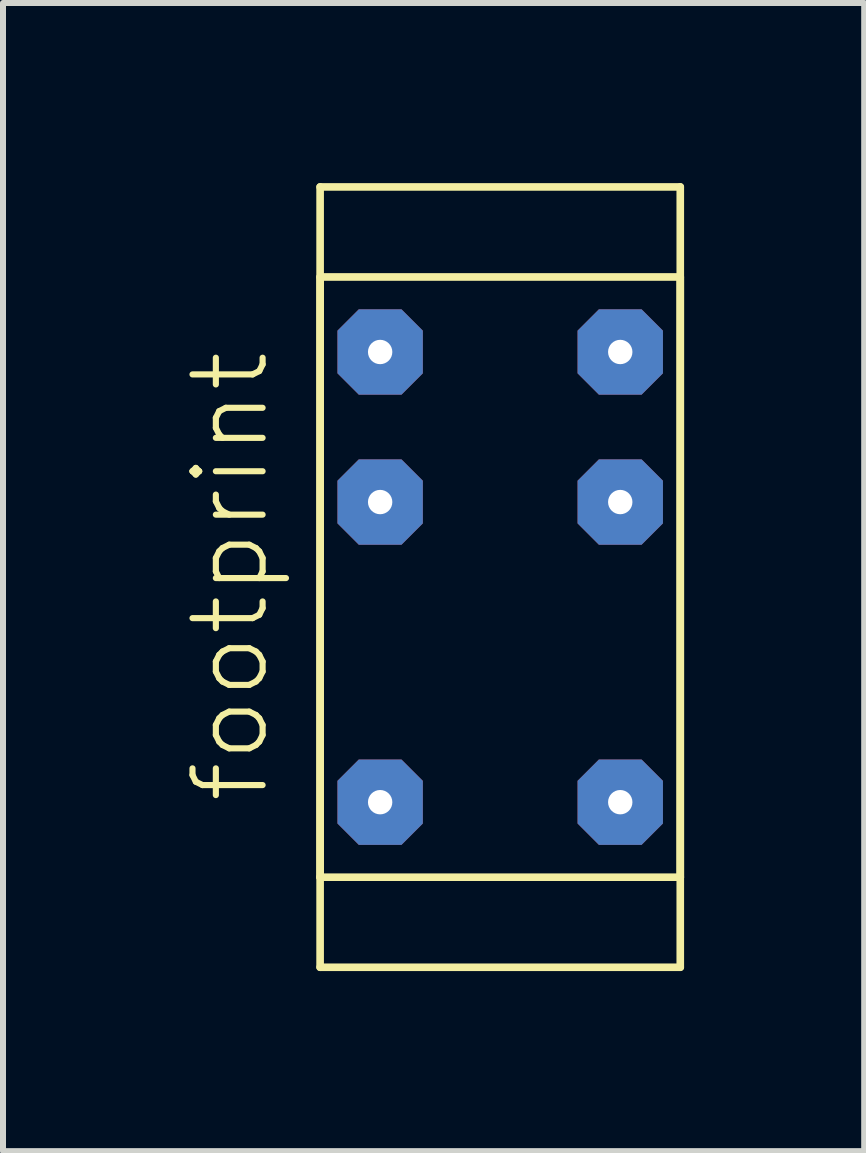
<source format=kicad_pcb>
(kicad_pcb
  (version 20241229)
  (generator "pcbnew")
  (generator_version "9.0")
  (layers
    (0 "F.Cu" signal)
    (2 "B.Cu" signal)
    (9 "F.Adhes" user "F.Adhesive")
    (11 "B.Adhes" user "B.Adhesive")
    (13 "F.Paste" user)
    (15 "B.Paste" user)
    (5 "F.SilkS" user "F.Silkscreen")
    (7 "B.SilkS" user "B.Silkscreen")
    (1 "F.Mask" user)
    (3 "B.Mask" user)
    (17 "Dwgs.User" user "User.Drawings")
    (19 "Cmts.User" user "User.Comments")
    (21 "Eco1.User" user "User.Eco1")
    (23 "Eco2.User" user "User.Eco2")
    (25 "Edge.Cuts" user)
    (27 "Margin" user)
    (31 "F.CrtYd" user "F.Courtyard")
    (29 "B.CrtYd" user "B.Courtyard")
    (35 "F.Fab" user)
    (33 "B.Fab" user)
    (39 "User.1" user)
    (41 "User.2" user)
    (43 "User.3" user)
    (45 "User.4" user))
  (footprint "footprint"
    (layer "F.Cu")
    (at 5.283 6.564)
    (property "Reference" "footprint" (at -3.81 3.81 90) (layer "F.SilkS") (effects (font (size 1.168 1.168) (thickness 0.102)) (justify left bottom)))
    (fp_line (start -3 -6.5) (end -3 5) (stroke (width 0.127) (type solid)) (layer "F.SilkS"))
    (fp_line (start -3 -5) (end -3 5) (stroke (width 0.127) (type solid)) (layer "F.SilkS"))
    (fp_line (start -3 5) (end -3 6.5) (stroke (width 0.127) (type solid)) (layer "F.SilkS"))
    (fp_line (start -3 5) (end 3 5) (stroke (width 0.127) (type solid)) (layer "F.SilkS"))
    (fp_line (start -3 6.5) (end 3 6.5) (stroke (width 0.127) (type solid)) (layer "F.SilkS"))
    (fp_line (start 3 -6.5) (end -3 -6.5) (stroke (width 0.127) (type solid)) (layer "F.SilkS"))
    (fp_line (start 3 -5) (end -3 -5) (stroke (width 0.127) (type solid)) (layer "F.SilkS"))
    (fp_line (start 3 5) (end 3 -6.5) (stroke (width 0.127) (type solid)) (layer "F.SilkS"))
    (fp_line (start 3 5) (end 3 -5) (stroke (width 0.127) (type solid)) (layer "F.SilkS"))
    (fp_line (start 3 6.5) (end 3 5) (stroke (width 0.127) (type solid)) (layer "F.SilkS"))
    (pad "1" thru_hole roundrect (at -2 3.75) (size 1.422 1.422) (drill 0.406) (layers "*.Cu" "*.Mask") (roundrect_rratio 0.25) (chamfer_ratio 0.25) (chamfer top_left top_right bottom_left bottom_right))
    (pad "2" thru_hole roundrect (at 2 3.75) (size 1.422 1.422) (drill 0.406) (layers "*.Cu" "*.Mask") (roundrect_rratio 0.25) (chamfer_ratio 0.25) (chamfer top_left top_right bottom_left bottom_right))
    (pad "3" thru_hole roundrect (at -2 -3.75) (size 1.422 1.422) (drill 0.406) (layers "*.Cu" "*.Mask") (roundrect_rratio 0.25) (chamfer_ratio 0.25) (chamfer top_left top_right bottom_left bottom_right))
    (pad "4" thru_hole roundrect (at 2 -3.75) (size 1.422 1.422) (drill 0.406) (layers "*.Cu" "*.Mask") (roundrect_rratio 0.25) (chamfer_ratio 0.25) (chamfer top_left top_right bottom_left bottom_right))
    (pad "5" thru_hole roundrect (at -2 -1.25) (size 1.422 1.422) (drill 0.406) (layers "*.Cu" "*.Mask") (roundrect_rratio 0.25) (chamfer_ratio 0.25) (chamfer top_left top_right bottom_left bottom_right))
    (pad "6" thru_hole roundrect (at 2 -1.25) (size 1.422 1.422) (drill 0.406) (layers "*.Cu" "*.Mask") (roundrect_rratio 0.25) (chamfer_ratio 0.25) (chamfer top_left top_right bottom_left bottom_right)))
  (gr_rect
    (start -3 -3)
    (end 11.347 16.127)
    (stroke (width 0.1) (type default))
    (fill no)
    (layer "Edge.Cuts")))
</source>
